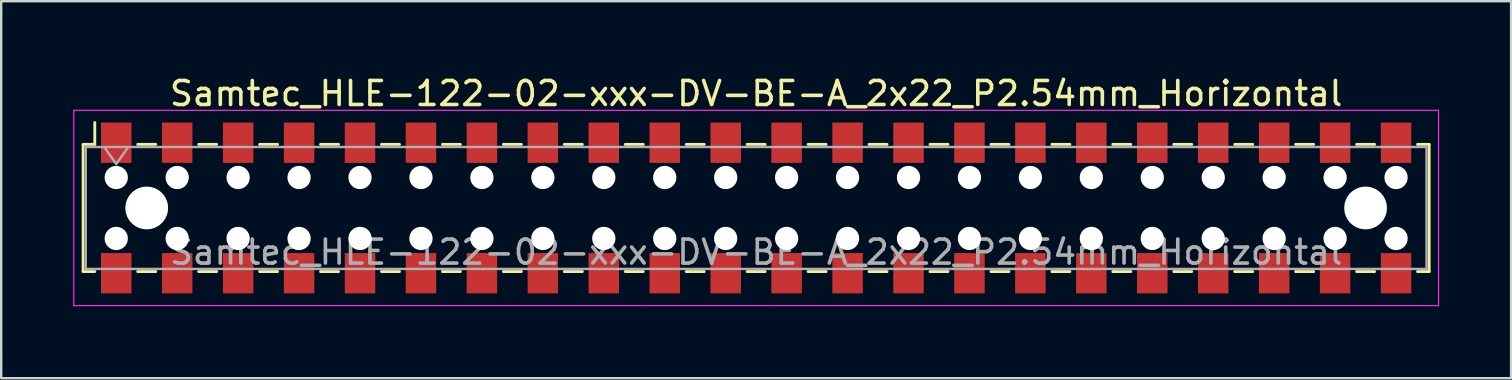
<source format=kicad_pcb>
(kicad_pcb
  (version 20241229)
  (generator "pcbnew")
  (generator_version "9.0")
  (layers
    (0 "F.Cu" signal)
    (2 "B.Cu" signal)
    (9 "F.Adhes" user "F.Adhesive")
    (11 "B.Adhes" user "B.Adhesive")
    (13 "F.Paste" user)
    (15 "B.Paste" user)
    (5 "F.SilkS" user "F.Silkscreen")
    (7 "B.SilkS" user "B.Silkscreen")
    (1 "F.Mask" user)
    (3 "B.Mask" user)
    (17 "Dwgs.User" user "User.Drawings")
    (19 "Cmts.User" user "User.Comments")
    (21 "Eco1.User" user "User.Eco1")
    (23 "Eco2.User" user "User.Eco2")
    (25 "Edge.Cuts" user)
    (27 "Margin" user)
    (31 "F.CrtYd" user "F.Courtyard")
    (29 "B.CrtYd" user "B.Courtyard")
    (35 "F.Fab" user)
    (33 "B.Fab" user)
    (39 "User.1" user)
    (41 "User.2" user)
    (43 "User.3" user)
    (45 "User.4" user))
  (footprint "Samtec_HLE-122-02-xxx-DV-BE-A_2x22_P2.54mm_Horizontal"
    (layer "F.Cu")
    (at 28.465 5.618)
    (property "Reference" "Samtec_HLE-122-02-xxx-DV-BE-A_2x22_P2.54mm_Horizontal" (at 0 -4.77 0) (layer "F.SilkS") (effects (font (size 1 1) (thickness 0.15))))
    (attr smd)
    (fp_line (start -28.05 -2.65) (end -28.05 2.65) (stroke (width 0.12) (type solid)) (layer "F.SilkS"))
    (fp_line (start -28.05 2.65) (end -27.565 2.65) (stroke (width 0.12) (type solid)) (layer "F.SilkS"))
    (fp_line (start -27.565 -3.56) (end -27.565 -2.65) (stroke (width 0.12) (type solid)) (layer "F.SilkS"))
    (fp_line (start -27.565 -2.65) (end -28.05 -2.65) (stroke (width 0.12) (type solid)) (layer "F.SilkS"))
    (fp_line (start -25.775 -2.65) (end -25.025 -2.65) (stroke (width 0.12) (type solid)) (layer "F.SilkS"))
    (fp_line (start -25.775 2.65) (end -25.025 2.65) (stroke (width 0.12) (type solid)) (layer "F.SilkS"))
    (fp_line (start -23.235 -2.65) (end -22.485 -2.65) (stroke (width 0.12) (type solid)) (layer "F.SilkS"))
    (fp_line (start -23.235 2.65) (end -22.485 2.65) (stroke (width 0.12) (type solid)) (layer "F.SilkS"))
    (fp_line (start -20.695 -2.65) (end -19.945 -2.65) (stroke (width 0.12) (type solid)) (layer "F.SilkS"))
    (fp_line (start -20.695 2.65) (end -19.945 2.65) (stroke (width 0.12) (type solid)) (layer "F.SilkS"))
    (fp_line (start -18.155 -2.65) (end -17.405 -2.65) (stroke (width 0.12) (type solid)) (layer "F.SilkS"))
    (fp_line (start -18.155 2.65) (end -17.405 2.65) (stroke (width 0.12) (type solid)) (layer "F.SilkS"))
    (fp_line (start -15.615 -2.65) (end -14.865 -2.65) (stroke (width 0.12) (type solid)) (layer "F.SilkS"))
    (fp_line (start -15.615 2.65) (end -14.865 2.65) (stroke (width 0.12) (type solid)) (layer "F.SilkS"))
    (fp_line (start -13.075 -2.65) (end -12.325 -2.65) (stroke (width 0.12) (type solid)) (layer "F.SilkS"))
    (fp_line (start -13.075 2.65) (end -12.325 2.65) (stroke (width 0.12) (type solid)) (layer "F.SilkS"))
    (fp_line (start -10.535 -2.65) (end -9.785 -2.65) (stroke (width 0.12) (type solid)) (layer "F.SilkS"))
    (fp_line (start -10.535 2.65) (end -9.785 2.65) (stroke (width 0.12) (type solid)) (layer "F.SilkS"))
    (fp_line (start -7.995 -2.65) (end -7.245 -2.65) (stroke (width 0.12) (type solid)) (layer "F.SilkS"))
    (fp_line (start -7.995 2.65) (end -7.245 2.65) (stroke (width 0.12) (type solid)) (layer "F.SilkS"))
    (fp_line (start -5.455 -2.65) (end -4.705 -2.65) (stroke (width 0.12) (type solid)) (layer "F.SilkS"))
    (fp_line (start -5.455 2.65) (end -4.705 2.65) (stroke (width 0.12) (type solid)) (layer "F.SilkS"))
    (fp_line (start -2.915 -2.65) (end -2.165 -2.65) (stroke (width 0.12) (type solid)) (layer "F.SilkS"))
    (fp_line (start -2.915 2.65) (end -2.165 2.65) (stroke (width 0.12) (type solid)) (layer "F.SilkS"))
    (fp_line (start -0.375 -2.65) (end 0.375 -2.65) (stroke (width 0.12) (type solid)) (layer "F.SilkS"))
    (fp_line (start -0.375 2.65) (end 0.375 2.65) (stroke (width 0.12) (type solid)) (layer "F.SilkS"))
    (fp_line (start 2.165 -2.65) (end 2.915 -2.65) (stroke (width 0.12) (type solid)) (layer "F.SilkS"))
    (fp_line (start 2.165 2.65) (end 2.915 2.65) (stroke (width 0.12) (type solid)) (layer "F.SilkS"))
    (fp_line (start 4.705 -2.65) (end 5.455 -2.65) (stroke (width 0.12) (type solid)) (layer "F.SilkS"))
    (fp_line (start 4.705 2.65) (end 5.455 2.65) (stroke (width 0.12) (type solid)) (layer "F.SilkS"))
    (fp_line (start 7.245 -2.65) (end 7.995 -2.65) (stroke (width 0.12) (type solid)) (layer "F.SilkS"))
    (fp_line (start 7.245 2.65) (end 7.995 2.65) (stroke (width 0.12) (type solid)) (layer "F.SilkS"))
    (fp_line (start 9.785 -2.65) (end 10.535 -2.65) (stroke (width 0.12) (type solid)) (layer "F.SilkS"))
    (fp_line (start 9.785 2.65) (end 10.535 2.65) (stroke (width 0.12) (type solid)) (layer "F.SilkS"))
    (fp_line (start 12.325 -2.65) (end 13.075 -2.65) (stroke (width 0.12) (type solid)) (layer "F.SilkS"))
    (fp_line (start 12.325 2.65) (end 13.075 2.65) (stroke (width 0.12) (type solid)) (layer "F.SilkS"))
    (fp_line (start 14.865 -2.65) (end 15.615 -2.65) (stroke (width 0.12) (type solid)) (layer "F.SilkS"))
    (fp_line (start 14.865 2.65) (end 15.615 2.65) (stroke (width 0.12) (type solid)) (layer "F.SilkS"))
    (fp_line (start 17.405 -2.65) (end 18.155 -2.65) (stroke (width 0.12) (type solid)) (layer "F.SilkS"))
    (fp_line (start 17.405 2.65) (end 18.155 2.65) (stroke (width 0.12) (type solid)) (layer "F.SilkS"))
    (fp_line (start 19.945 -2.65) (end 20.695 -2.65) (stroke (width 0.12) (type solid)) (layer "F.SilkS"))
    (fp_line (start 19.945 2.65) (end 20.695 2.65) (stroke (width 0.12) (type solid)) (layer "F.SilkS"))
    (fp_line (start 22.485 -2.65) (end 23.235 -2.65) (stroke (width 0.12) (type solid)) (layer "F.SilkS"))
    (fp_line (start 22.485 2.65) (end 23.235 2.65) (stroke (width 0.12) (type solid)) (layer "F.SilkS"))
    (fp_line (start 25.025 -2.65) (end 25.775 -2.65) (stroke (width 0.12) (type solid)) (layer "F.SilkS"))
    (fp_line (start 25.025 2.65) (end 25.775 2.65) (stroke (width 0.12) (type solid)) (layer "F.SilkS"))
    (fp_line (start 27.565 -2.65) (end 28.05 -2.65) (stroke (width 0.12) (type solid)) (layer "F.SilkS"))
    (fp_line (start 28.05 -2.65) (end 28.05 2.65) (stroke (width 0.12) (type solid)) (layer "F.SilkS"))
    (fp_line (start 28.05 2.65) (end 27.565 2.65) (stroke (width 0.12) (type solid)) (layer "F.SilkS"))
    (fp_line (start -28.44 -4.07) (end 28.44 -4.07) (stroke (width 0.05) (type solid)) (layer "F.CrtYd"))
    (fp_line (start -28.44 4.07) (end -28.44 -4.07) (stroke (width 0.05) (type solid)) (layer "F.CrtYd"))
    (fp_line (start 28.44 -4.07) (end 28.44 4.07) (stroke (width 0.05) (type solid)) (layer "F.CrtYd"))
    (fp_line (start 28.44 4.07) (end -28.44 4.07) (stroke (width 0.05) (type solid)) (layer "F.CrtYd"))
    (fp_line (start -27.94 -2.54) (end 27.94 -2.54) (stroke (width 0.1) (type solid)) (layer "F.Fab"))
    (fp_line (start -27.94 2.54) (end -27.94 -2.54) (stroke (width 0.1) (type solid)) (layer "F.Fab"))
    (fp_line (start -27.17 -2.54) (end -26.67 -1.833) (stroke (width 0.1) (type solid)) (layer "F.Fab"))
    (fp_line (start -26.67 -1.833) (end -26.17 -2.54) (stroke (width 0.1) (type solid)) (layer "F.Fab"))
    (fp_line (start 27.94 -2.54) (end 27.94 2.54) (stroke (width 0.1) (type solid)) (layer "F.Fab"))
    (fp_line (start 27.94 2.54) (end -27.94 2.54) (stroke (width 0.1) (type solid)) (layer "F.Fab"))
    (fp_text user "${REFERENCE}" (at 0 1.84 0) (layer "F.Fab") (effects (font (size 1 1) (thickness 0.15))))
    (pad "" np_thru_hole circle (at -26.67 -1.27) (size 0.97 0.97) (drill 0.97) (layers "*.Cu" "*.Mask"))
    (pad "" np_thru_hole circle (at -26.67 1.27) (size 0.97 0.97) (drill 0.97) (layers "*.Cu" "*.Mask"))
    (pad "" np_thru_hole circle (at -25.4 0) (size 1.78 1.78) (drill 1.78) (layers "*.Cu" "*.Mask"))
    (pad "" np_thru_hole circle (at -24.13 -1.27) (size 0.97 0.97) (drill 0.97) (layers "*.Cu" "*.Mask"))
    (pad "" np_thru_hole circle (at -24.13 1.27) (size 0.97 0.97) (drill 0.97) (layers "*.Cu" "*.Mask"))
    (pad "" np_thru_hole circle (at -21.59 -1.27) (size 0.97 0.97) (drill 0.97) (layers "*.Cu" "*.Mask"))
    (pad "" np_thru_hole circle (at -21.59 1.27) (size 0.97 0.97) (drill 0.97) (layers "*.Cu" "*.Mask"))
    (pad "" np_thru_hole circle (at -19.05 -1.27) (size 0.97 0.97) (drill 0.97) (layers "*.Cu" "*.Mask"))
    (pad "" np_thru_hole circle (at -19.05 1.27) (size 0.97 0.97) (drill 0.97) (layers "*.Cu" "*.Mask"))
    (pad "" np_thru_hole circle (at -16.51 -1.27) (size 0.97 0.97) (drill 0.97) (layers "*.Cu" "*.Mask"))
    (pad "" np_thru_hole circle (at -16.51 1.27) (size 0.97 0.97) (drill 0.97) (layers "*.Cu" "*.Mask"))
    (pad "" np_thru_hole circle (at -13.97 -1.27) (size 0.97 0.97) (drill 0.97) (layers "*.Cu" "*.Mask"))
    (pad "" np_thru_hole circle (at -13.97 1.27) (size 0.97 0.97) (drill 0.97) (layers "*.Cu" "*.Mask"))
    (pad "" np_thru_hole circle (at -11.43 -1.27) (size 0.97 0.97) (drill 0.97) (layers "*.Cu" "*.Mask"))
    (pad "" np_thru_hole circle (at -11.43 1.27) (size 0.97 0.97) (drill 0.97) (layers "*.Cu" "*.Mask"))
    (pad "" np_thru_hole circle (at -8.89 -1.27) (size 0.97 0.97) (drill 0.97) (layers "*.Cu" "*.Mask"))
    (pad "" np_thru_hole circle (at -8.89 1.27) (size 0.97 0.97) (drill 0.97) (layers "*.Cu" "*.Mask"))
    (pad "" np_thru_hole circle (at -6.35 -1.27) (size 0.97 0.97) (drill 0.97) (layers "*.Cu" "*.Mask"))
    (pad "" np_thru_hole circle (at -6.35 1.27) (size 0.97 0.97) (drill 0.97) (layers "*.Cu" "*.Mask"))
    (pad "" np_thru_hole circle (at -3.81 -1.27) (size 0.97 0.97) (drill 0.97) (layers "*.Cu" "*.Mask"))
    (pad "" np_thru_hole circle (at -3.81 1.27) (size 0.97 0.97) (drill 0.97) (layers "*.Cu" "*.Mask"))
    (pad "" np_thru_hole circle (at -1.27 -1.27) (size 0.97 0.97) (drill 0.97) (layers "*.Cu" "*.Mask"))
    (pad "" np_thru_hole circle (at -1.27 1.27) (size 0.97 0.97) (drill 0.97) (layers "*.Cu" "*.Mask"))
    (pad "" np_thru_hole circle (at 1.27 -1.27) (size 0.97 0.97) (drill 0.97) (layers "*.Cu" "*.Mask"))
    (pad "" np_thru_hole circle (at 1.27 1.27) (size 0.97 0.97) (drill 0.97) (layers "*.Cu" "*.Mask"))
    (pad "" np_thru_hole circle (at 3.81 -1.27) (size 0.97 0.97) (drill 0.97) (layers "*.Cu" "*.Mask"))
    (pad "" np_thru_hole circle (at 3.81 1.27) (size 0.97 0.97) (drill 0.97) (layers "*.Cu" "*.Mask"))
    (pad "" np_thru_hole circle (at 6.35 -1.27) (size 0.97 0.97) (drill 0.97) (layers "*.Cu" "*.Mask"))
    (pad "" np_thru_hole circle (at 6.35 1.27) (size 0.97 0.97) (drill 0.97) (layers "*.Cu" "*.Mask"))
    (pad "" np_thru_hole circle (at 8.89 -1.27) (size 0.97 0.97) (drill 0.97) (layers "*.Cu" "*.Mask"))
    (pad "" np_thru_hole circle (at 8.89 1.27) (size 0.97 0.97) (drill 0.97) (layers "*.Cu" "*.Mask"))
    (pad "" np_thru_hole circle (at 11.43 -1.27) (size 0.97 0.97) (drill 0.97) (layers "*.Cu" "*.Mask"))
    (pad "" np_thru_hole circle (at 11.43 1.27) (size 0.97 0.97) (drill 0.97) (layers "*.Cu" "*.Mask"))
    (pad "" np_thru_hole circle (at 13.97 -1.27) (size 0.97 0.97) (drill 0.97) (layers "*.Cu" "*.Mask"))
    (pad "" np_thru_hole circle (at 13.97 1.27) (size 0.97 0.97) (drill 0.97) (layers "*.Cu" "*.Mask"))
    (pad "" np_thru_hole circle (at 16.51 -1.27) (size 0.97 0.97) (drill 0.97) (layers "*.Cu" "*.Mask"))
    (pad "" np_thru_hole circle (at 16.51 1.27) (size 0.97 0.97) (drill 0.97) (layers "*.Cu" "*.Mask"))
    (pad "" np_thru_hole circle (at 19.05 -1.27) (size 0.97 0.97) (drill 0.97) (layers "*.Cu" "*.Mask"))
    (pad "" np_thru_hole circle (at 19.05 1.27) (size 0.97 0.97) (drill 0.97) (layers "*.Cu" "*.Mask"))
    (pad "" np_thru_hole circle (at 21.59 -1.27) (size 0.97 0.97) (drill 0.97) (layers "*.Cu" "*.Mask"))
    (pad "" np_thru_hole circle (at 21.59 1.27) (size 0.97 0.97) (drill 0.97) (layers "*.Cu" "*.Mask"))
    (pad "" np_thru_hole circle (at 24.13 -1.27) (size 0.97 0.97) (drill 0.97) (layers "*.Cu" "*.Mask"))
    (pad "" np_thru_hole circle (at 24.13 1.27) (size 0.97 0.97) (drill 0.97) (layers "*.Cu" "*.Mask"))
    (pad "" np_thru_hole circle (at 25.4 0) (size 1.78 1.78) (drill 1.78) (layers "*.Cu" "*.Mask"))
    (pad "" np_thru_hole circle (at 26.67 -1.27) (size 0.97 0.97) (drill 0.97) (layers "*.Cu" "*.Mask"))
    (pad "" np_thru_hole circle (at 26.67 1.27) (size 0.97 0.97) (drill 0.97) (layers "*.Cu" "*.Mask"))
    (pad "1" smd rect (at -26.67 -2.72) (size 1.27 1.68) (layers "F.Cu" "F.Mask" "F.Paste"))
    (pad "2" smd rect (at -26.67 2.72) (size 1.27 1.68) (layers "F.Cu" "F.Mask" "F.Paste"))
    (pad "3" smd rect (at -24.13 -2.72) (size 1.27 1.68) (layers "F.Cu" "F.Mask" "F.Paste"))
    (pad "4" smd rect (at -24.13 2.72) (size 1.27 1.68) (layers "F.Cu" "F.Mask" "F.Paste"))
    (pad "5" smd rect (at -21.59 -2.72) (size 1.27 1.68) (layers "F.Cu" "F.Mask" "F.Paste"))
    (pad "6" smd rect (at -21.59 2.72) (size 1.27 1.68) (layers "F.Cu" "F.Mask" "F.Paste"))
    (pad "7" smd rect (at -19.05 -2.72) (size 1.27 1.68) (layers "F.Cu" "F.Mask" "F.Paste"))
    (pad "8" smd rect (at -19.05 2.72) (size 1.27 1.68) (layers "F.Cu" "F.Mask" "F.Paste"))
    (pad "9" smd rect (at -16.51 -2.72) (size 1.27 1.68) (layers "F.Cu" "F.Mask" "F.Paste"))
    (pad "10" smd rect (at -16.51 2.72) (size 1.27 1.68) (layers "F.Cu" "F.Mask" "F.Paste"))
    (pad "11" smd rect (at -13.97 -2.72) (size 1.27 1.68) (layers "F.Cu" "F.Mask" "F.Paste"))
    (pad "12" smd rect (at -13.97 2.72) (size 1.27 1.68) (layers "F.Cu" "F.Mask" "F.Paste"))
    (pad "13" smd rect (at -11.43 -2.72) (size 1.27 1.68) (layers "F.Cu" "F.Mask" "F.Paste"))
    (pad "14" smd rect (at -11.43 2.72) (size 1.27 1.68) (layers "F.Cu" "F.Mask" "F.Paste"))
    (pad "15" smd rect (at -8.89 -2.72) (size 1.27 1.68) (layers "F.Cu" "F.Mask" "F.Paste"))
    (pad "16" smd rect (at -8.89 2.72) (size 1.27 1.68) (layers "F.Cu" "F.Mask" "F.Paste"))
    (pad "17" smd rect (at -6.35 -2.72) (size 1.27 1.68) (layers "F.Cu" "F.Mask" "F.Paste"))
    (pad "18" smd rect (at -6.35 2.72) (size 1.27 1.68) (layers "F.Cu" "F.Mask" "F.Paste"))
    (pad "19" smd rect (at -3.81 -2.72) (size 1.27 1.68) (layers "F.Cu" "F.Mask" "F.Paste"))
    (pad "20" smd rect (at -3.81 2.72) (size 1.27 1.68) (layers "F.Cu" "F.Mask" "F.Paste"))
    (pad "21" smd rect (at -1.27 -2.72) (size 1.27 1.68) (layers "F.Cu" "F.Mask" "F.Paste"))
    (pad "22" smd rect (at -1.27 2.72) (size 1.27 1.68) (layers "F.Cu" "F.Mask" "F.Paste"))
    (pad "23" smd rect (at 1.27 -2.72) (size 1.27 1.68) (layers "F.Cu" "F.Mask" "F.Paste"))
    (pad "24" smd rect (at 1.27 2.72) (size 1.27 1.68) (layers "F.Cu" "F.Mask" "F.Paste"))
    (pad "25" smd rect (at 3.81 -2.72) (size 1.27 1.68) (layers "F.Cu" "F.Mask" "F.Paste"))
    (pad "26" smd rect (at 3.81 2.72) (size 1.27 1.68) (layers "F.Cu" "F.Mask" "F.Paste"))
    (pad "27" smd rect (at 6.35 -2.72) (size 1.27 1.68) (layers "F.Cu" "F.Mask" "F.Paste"))
    (pad "28" smd rect (at 6.35 2.72) (size 1.27 1.68) (layers "F.Cu" "F.Mask" "F.Paste"))
    (pad "29" smd rect (at 8.89 -2.72) (size 1.27 1.68) (layers "F.Cu" "F.Mask" "F.Paste"))
    (pad "30" smd rect (at 8.89 2.72) (size 1.27 1.68) (layers "F.Cu" "F.Mask" "F.Paste"))
    (pad "31" smd rect (at 11.43 -2.72) (size 1.27 1.68) (layers "F.Cu" "F.Mask" "F.Paste"))
    (pad "32" smd rect (at 11.43 2.72) (size 1.27 1.68) (layers "F.Cu" "F.Mask" "F.Paste"))
    (pad "33" smd rect (at 13.97 -2.72) (size 1.27 1.68) (layers "F.Cu" "F.Mask" "F.Paste"))
    (pad "34" smd rect (at 13.97 2.72) (size 1.27 1.68) (layers "F.Cu" "F.Mask" "F.Paste"))
    (pad "35" smd rect (at 16.51 -2.72) (size 1.27 1.68) (layers "F.Cu" "F.Mask" "F.Paste"))
    (pad "36" smd rect (at 16.51 2.72) (size 1.27 1.68) (layers "F.Cu" "F.Mask" "F.Paste"))
    (pad "37" smd rect (at 19.05 -2.72) (size 1.27 1.68) (layers "F.Cu" "F.Mask" "F.Paste"))
    (pad "38" smd rect (at 19.05 2.72) (size 1.27 1.68) (layers "F.Cu" "F.Mask" "F.Paste"))
    (pad "39" smd rect (at 21.59 -2.72) (size 1.27 1.68) (layers "F.Cu" "F.Mask" "F.Paste"))
    (pad "40" smd rect (at 21.59 2.72) (size 1.27 1.68) (layers "F.Cu" "F.Mask" "F.Paste"))
    (pad "41" smd rect (at 24.13 -2.72) (size 1.27 1.68) (layers "F.Cu" "F.Mask" "F.Paste"))
    (pad "42" smd rect (at 24.13 2.72) (size 1.27 1.68) (layers "F.Cu" "F.Mask" "F.Paste"))
    (pad "43" smd rect (at 26.67 -2.72) (size 1.27 1.68) (layers "F.Cu" "F.Mask" "F.Paste"))
    (pad "44" smd rect (at 26.67 2.72) (size 1.27 1.68) (layers "F.Cu" "F.Mask" "F.Paste")))
  (gr_rect
    (start -3 -3)
    (end 59.93 12.713)
    (stroke (width 0.1) (type default))
    (fill no)
    (layer "Edge.Cuts")))
</source>
